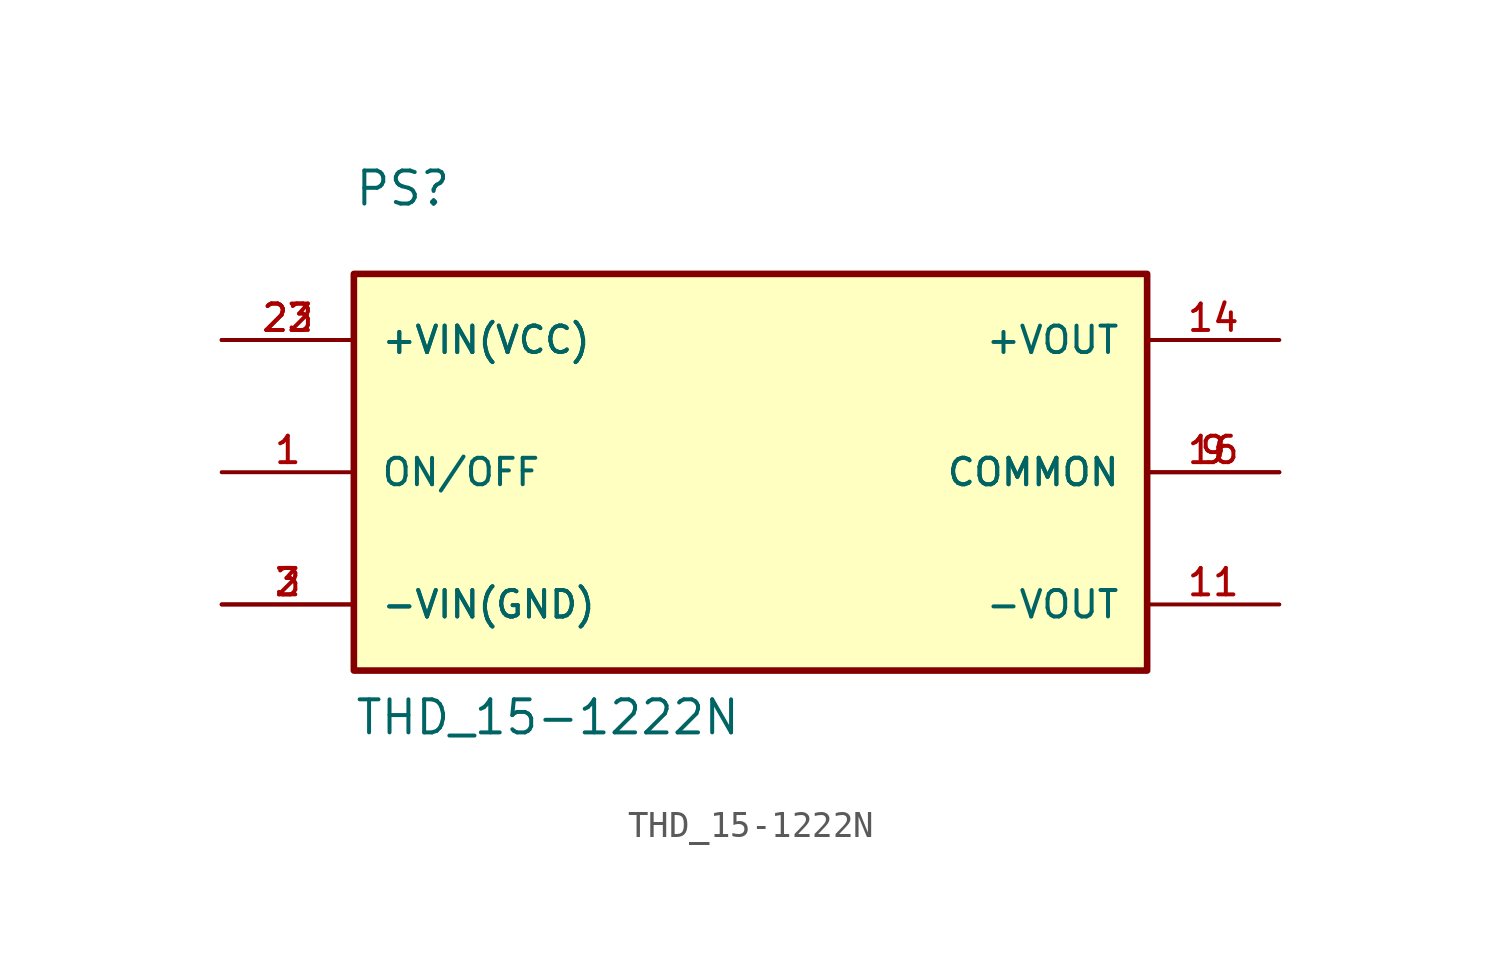
<source format=kicad_sym>
(kicad_symbol_lib
  (version 20211014)
  (generator kicad_symbol_editor)
  (symbol "THD_15-1222N"
    (pin_names
      (offset 1.016))
    (property "Reference" "PS"
      (at -15.24 10.16 0)
      (effects (font (size 1.27 1.27)) (justify left bottom)))
    (property "Value" "THD_15-1222N"
      (at -15.24 -10.16 0)
      (effects (font (size 1.27 1.27)) (justify left bottom)))
    (property "ki_locked" ""
      (at 0 0 0)
      (effects (font (size 1.27 1.27))))
    (symbol "THD_15-1222N_0_0"
      (rectangle (start -15.24 -7.62) (end 15.24 7.62) (stroke (width 0.254) (type default) (color 0 0 0 0)) (fill (type background)))
      (pin input line (at -20.32 0 0) (length 5.08) (name "ON/OFF" (effects (font (size 1.016 1.016)))) (number "1" (effects (font (size 1.016 1.016)))))
      (pin output line (at 20.32 -5.08 180) (length 5.08) (name "-VOUT" (effects (font (size 1.016 1.016)))) (number "11" (effects (font (size 1.016 1.016)))))
      (pin output line (at 20.32 5.08 180) (length 5.08) (name "+VOUT" (effects (font (size 1.016 1.016)))) (number "14" (effects (font (size 1.016 1.016)))))
      (pin passive line (at 20.32 0 180) (length 5.08) (name "COMMON" (effects (font (size 1.016 1.016)))) (number "16" (effects (font (size 1.016 1.016)))))
      (pin input line (at -20.32 -5.08 0) (length 5.08) (name "-VIN(GND)" (effects (font (size 1.016 1.016)))) (number "2" (effects (font (size 1.016 1.016)))))
      (pin input line (at -20.32 5.08 0) (length 5.08) (name "+VIN(VCC)" (effects (font (size 1.016 1.016)))) (number "22" (effects (font (size 1.016 1.016)))))
      (pin input line (at -20.32 5.08 0) (length 5.08) (name "+VIN(VCC)" (effects (font (size 1.016 1.016)))) (number "23" (effects (font (size 1.016 1.016)))))
      (pin input line (at -20.32 -5.08 0) (length 5.08) (name "-VIN(GND)" (effects (font (size 1.016 1.016)))) (number "3" (effects (font (size 1.016 1.016)))))
      (pin passive line (at 20.32 0 180) (length 5.08) (name "COMMON" (effects (font (size 1.016 1.016)))) (number "9" (effects (font (size 1.016 1.016))))))))
</source>
